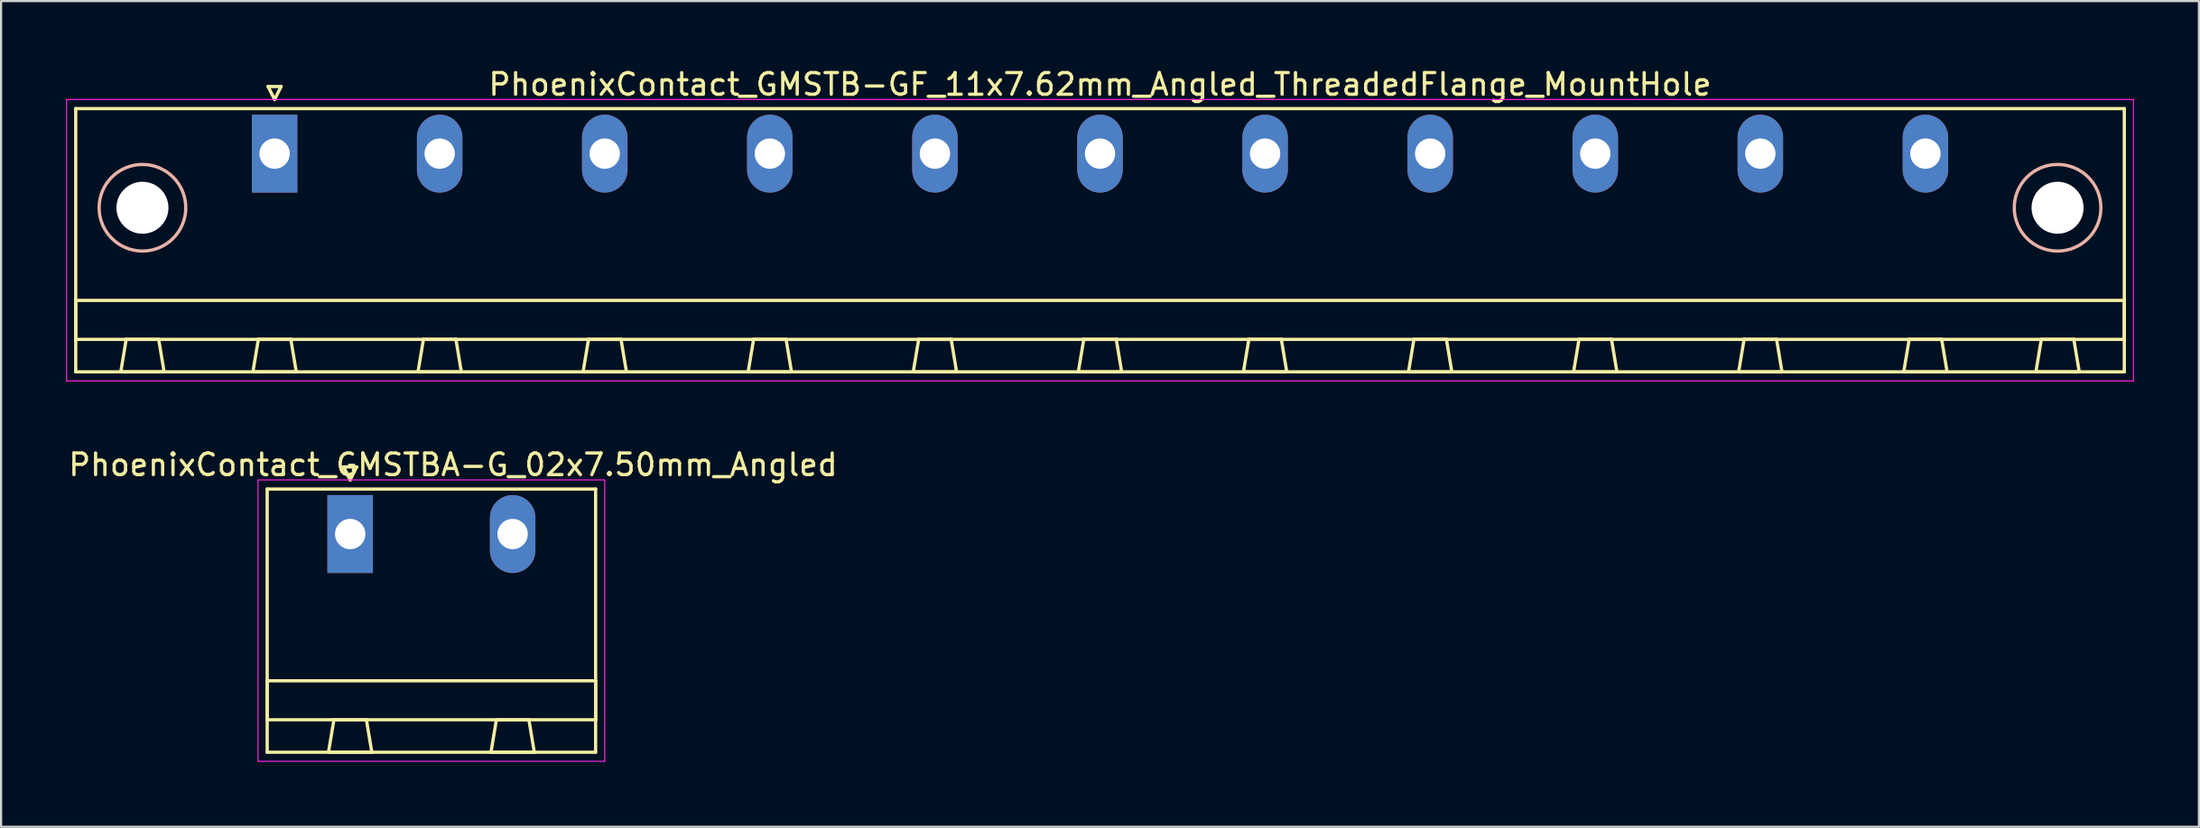
<source format=kicad_pcb>
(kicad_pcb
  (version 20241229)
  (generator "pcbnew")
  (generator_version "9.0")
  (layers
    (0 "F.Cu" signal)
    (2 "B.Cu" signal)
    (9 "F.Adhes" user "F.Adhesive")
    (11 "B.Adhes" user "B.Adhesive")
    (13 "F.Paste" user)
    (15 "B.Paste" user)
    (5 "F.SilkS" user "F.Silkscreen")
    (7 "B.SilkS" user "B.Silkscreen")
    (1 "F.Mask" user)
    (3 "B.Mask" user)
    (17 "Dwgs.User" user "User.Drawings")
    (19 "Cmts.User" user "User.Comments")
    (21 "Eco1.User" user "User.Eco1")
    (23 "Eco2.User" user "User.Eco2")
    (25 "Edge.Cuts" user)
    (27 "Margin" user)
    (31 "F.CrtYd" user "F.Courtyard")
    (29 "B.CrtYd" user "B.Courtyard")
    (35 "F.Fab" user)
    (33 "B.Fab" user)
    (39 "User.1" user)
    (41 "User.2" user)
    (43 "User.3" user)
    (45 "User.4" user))
  (footprint "PhoenixContact_GMSTB-GF_11x7.62mm_Angled_ThreadedFlange_MountHole"
    (layer "F.Cu")
    (at 9.625 4.048)
    (property "Reference" "PhoenixContact_GMSTB-GF_11x7.62mm_Angled_ThreadedFlange_MountHole" (at 38.1 -3.2 0) (layer "F.SilkS") (effects (font (size 1 1) (thickness 0.15))))
    (attr through_hole)
    (fp_line (start -9.18 -2.08) (end -9.18 10.08) (stroke (width 0.15) (type solid)) (layer "F.SilkS"))
    (fp_line (start -9.18 6.78) (end 85.38 6.78) (stroke (width 0.15) (type solid)) (layer "F.SilkS"))
    (fp_line (start -9.18 8.58) (end -9.18 6.78) (stroke (width 0.15) (type solid)) (layer "F.SilkS"))
    (fp_line (start -9.18 10.08) (end 85.38 10.08) (stroke (width 0.15) (type solid)) (layer "F.SilkS"))
    (fp_line (start -7.1 10.08) (end -5.1 10.08) (stroke (width 0.15) (type solid)) (layer "F.SilkS"))
    (fp_line (start -6.85 8.58) (end -7.1 10.08) (stroke (width 0.15) (type solid)) (layer "F.SilkS"))
    (fp_line (start -5.35 8.58) (end -6.85 8.58) (stroke (width 0.15) (type solid)) (layer "F.SilkS"))
    (fp_line (start -5.1 10.08) (end -5.35 8.58) (stroke (width 0.15) (type solid)) (layer "F.SilkS"))
    (fp_line (start -1 10.08) (end 1 10.08) (stroke (width 0.15) (type solid)) (layer "F.SilkS"))
    (fp_line (start -0.75 8.58) (end -1 10.08) (stroke (width 0.15) (type solid)) (layer "F.SilkS"))
    (fp_line (start -0.3 -3.1) (end 0 -2.5) (stroke (width 0.15) (type solid)) (layer "F.SilkS"))
    (fp_line (start 0 -2.5) (end 0.3 -3.1) (stroke (width 0.15) (type solid)) (layer "F.SilkS"))
    (fp_line (start 0.3 -3.1) (end -0.3 -3.1) (stroke (width 0.15) (type solid)) (layer "F.SilkS"))
    (fp_line (start 0.75 8.58) (end -0.75 8.58) (stroke (width 0.15) (type solid)) (layer "F.SilkS"))
    (fp_line (start 1 10.08) (end 0.75 8.58) (stroke (width 0.15) (type solid)) (layer "F.SilkS"))
    (fp_line (start 6.62 10.08) (end 8.62 10.08) (stroke (width 0.15) (type solid)) (layer "F.SilkS"))
    (fp_line (start 6.87 8.58) (end 6.62 10.08) (stroke (width 0.15) (type solid)) (layer "F.SilkS"))
    (fp_line (start 8.37 8.58) (end 6.87 8.58) (stroke (width 0.15) (type solid)) (layer "F.SilkS"))
    (fp_line (start 8.62 10.08) (end 8.37 8.58) (stroke (width 0.15) (type solid)) (layer "F.SilkS"))
    (fp_line (start 14.24 10.08) (end 16.24 10.08) (stroke (width 0.15) (type solid)) (layer "F.SilkS"))
    (fp_line (start 14.49 8.58) (end 14.24 10.08) (stroke (width 0.15) (type solid)) (layer "F.SilkS"))
    (fp_line (start 15.99 8.58) (end 14.49 8.58) (stroke (width 0.15) (type solid)) (layer "F.SilkS"))
    (fp_line (start 16.24 10.08) (end 15.99 8.58) (stroke (width 0.15) (type solid)) (layer "F.SilkS"))
    (fp_line (start 21.86 10.08) (end 23.86 10.08) (stroke (width 0.15) (type solid)) (layer "F.SilkS"))
    (fp_line (start 22.11 8.58) (end 21.86 10.08) (stroke (width 0.15) (type solid)) (layer "F.SilkS"))
    (fp_line (start 23.61 8.58) (end 22.11 8.58) (stroke (width 0.15) (type solid)) (layer "F.SilkS"))
    (fp_line (start 23.86 10.08) (end 23.61 8.58) (stroke (width 0.15) (type solid)) (layer "F.SilkS"))
    (fp_line (start 29.48 10.08) (end 31.48 10.08) (stroke (width 0.15) (type solid)) (layer "F.SilkS"))
    (fp_line (start 29.73 8.58) (end 29.48 10.08) (stroke (width 0.15) (type solid)) (layer "F.SilkS"))
    (fp_line (start 31.23 8.58) (end 29.73 8.58) (stroke (width 0.15) (type solid)) (layer "F.SilkS"))
    (fp_line (start 31.48 10.08) (end 31.23 8.58) (stroke (width 0.15) (type solid)) (layer "F.SilkS"))
    (fp_line (start 37.1 10.08) (end 39.1 10.08) (stroke (width 0.15) (type solid)) (layer "F.SilkS"))
    (fp_line (start 37.35 8.58) (end 37.1 10.08) (stroke (width 0.15) (type solid)) (layer "F.SilkS"))
    (fp_line (start 38.85 8.58) (end 37.35 8.58) (stroke (width 0.15) (type solid)) (layer "F.SilkS"))
    (fp_line (start 39.1 10.08) (end 38.85 8.58) (stroke (width 0.15) (type solid)) (layer "F.SilkS"))
    (fp_line (start 44.72 10.08) (end 46.72 10.08) (stroke (width 0.15) (type solid)) (layer "F.SilkS"))
    (fp_line (start 44.97 8.58) (end 44.72 10.08) (stroke (width 0.15) (type solid)) (layer "F.SilkS"))
    (fp_line (start 46.47 8.58) (end 44.97 8.58) (stroke (width 0.15) (type solid)) (layer "F.SilkS"))
    (fp_line (start 46.72 10.08) (end 46.47 8.58) (stroke (width 0.15) (type solid)) (layer "F.SilkS"))
    (fp_line (start 52.34 10.08) (end 54.34 10.08) (stroke (width 0.15) (type solid)) (layer "F.SilkS"))
    (fp_line (start 52.59 8.58) (end 52.34 10.08) (stroke (width 0.15) (type solid)) (layer "F.SilkS"))
    (fp_line (start 54.09 8.58) (end 52.59 8.58) (stroke (width 0.15) (type solid)) (layer "F.SilkS"))
    (fp_line (start 54.34 10.08) (end 54.09 8.58) (stroke (width 0.15) (type solid)) (layer "F.SilkS"))
    (fp_line (start 59.96 10.08) (end 61.96 10.08) (stroke (width 0.15) (type solid)) (layer "F.SilkS"))
    (fp_line (start 60.21 8.58) (end 59.96 10.08) (stroke (width 0.15) (type solid)) (layer "F.SilkS"))
    (fp_line (start 61.71 8.58) (end 60.21 8.58) (stroke (width 0.15) (type solid)) (layer "F.SilkS"))
    (fp_line (start 61.96 10.08) (end 61.71 8.58) (stroke (width 0.15) (type solid)) (layer "F.SilkS"))
    (fp_line (start 67.58 10.08) (end 69.58 10.08) (stroke (width 0.15) (type solid)) (layer "F.SilkS"))
    (fp_line (start 67.83 8.58) (end 67.58 10.08) (stroke (width 0.15) (type solid)) (layer "F.SilkS"))
    (fp_line (start 69.33 8.58) (end 67.83 8.58) (stroke (width 0.15) (type solid)) (layer "F.SilkS"))
    (fp_line (start 69.58 10.08) (end 69.33 8.58) (stroke (width 0.15) (type solid)) (layer "F.SilkS"))
    (fp_line (start 75.2 10.08) (end 77.2 10.08) (stroke (width 0.15) (type solid)) (layer "F.SilkS"))
    (fp_line (start 75.45 8.58) (end 75.2 10.08) (stroke (width 0.15) (type solid)) (layer "F.SilkS"))
    (fp_line (start 76.95 8.58) (end 75.45 8.58) (stroke (width 0.15) (type solid)) (layer "F.SilkS"))
    (fp_line (start 77.2 10.08) (end 76.95 8.58) (stroke (width 0.15) (type solid)) (layer "F.SilkS"))
    (fp_line (start 81.3 10.08) (end 83.3 10.08) (stroke (width 0.15) (type solid)) (layer "F.SilkS"))
    (fp_line (start 81.55 8.58) (end 81.3 10.08) (stroke (width 0.15) (type solid)) (layer "F.SilkS"))
    (fp_line (start 83.05 8.58) (end 81.55 8.58) (stroke (width 0.15) (type solid)) (layer "F.SilkS"))
    (fp_line (start 83.3 10.08) (end 83.05 8.58) (stroke (width 0.15) (type solid)) (layer "F.SilkS"))
    (fp_line (start 85.38 -2.08) (end -9.18 -2.08) (stroke (width 0.15) (type solid)) (layer "F.SilkS"))
    (fp_line (start 85.38 6.78) (end 85.38 8.58) (stroke (width 0.15) (type solid)) (layer "F.SilkS"))
    (fp_line (start 85.38 8.58) (end -9.18 8.58) (stroke (width 0.15) (type solid)) (layer "F.SilkS"))
    (fp_line (start 85.38 10.08) (end 85.38 -2.08) (stroke (width 0.15) (type solid)) (layer "F.SilkS"))
    (fp_circle (center -6.1 2.5) (end -4.1 2.5) (stroke (width 0.15) (type solid)) (fill no) (layer "B.SilkS"))
    (fp_circle (center 82.3 2.5) (end 84.3 2.5) (stroke (width 0.15) (type solid)) (fill no) (layer "B.SilkS"))
    (fp_line (start -9.6 -2.5) (end -9.6 10.5) (stroke (width 0.05) (type solid)) (layer "F.CrtYd"))
    (fp_line (start -9.6 10.5) (end 85.8 10.5) (stroke (width 0.05) (type solid)) (layer "F.CrtYd"))
    (fp_line (start 85.8 -2.5) (end -9.6 -2.5) (stroke (width 0.05) (type solid)) (layer "F.CrtYd"))
    (fp_line (start 85.8 10.5) (end 85.8 -2.5) (stroke (width 0.05) (type solid)) (layer "F.CrtYd"))
    (pad "" np_thru_hole circle (at -6.1 2.5) (size 2.4 2.4) (drill 2.4) (layers "*.Cu" "*.Mask"))
    (pad "" np_thru_hole circle (at 82.3 2.5) (size 2.4 2.4) (drill 2.4) (layers "*.Cu" "*.Mask"))
    (pad "1" thru_hole rect (at 0 0) (size 2.1 3.6) (drill 1.4) (layers "*.Cu" "*.Mask"))
    (pad "2" thru_hole oval (at 7.62 0) (size 2.1 3.6) (drill 1.4) (layers "*.Cu" "*.Mask"))
    (pad "3" thru_hole oval (at 15.24 0) (size 2.1 3.6) (drill 1.4) (layers "*.Cu" "*.Mask"))
    (pad "4" thru_hole oval (at 22.86 0) (size 2.1 3.6) (drill 1.4) (layers "*.Cu" "*.Mask"))
    (pad "5" thru_hole oval (at 30.48 0) (size 2.1 3.6) (drill 1.4) (layers "*.Cu" "*.Mask"))
    (pad "6" thru_hole oval (at 38.1 0) (size 2.1 3.6) (drill 1.4) (layers "*.Cu" "*.Mask"))
    (pad "7" thru_hole oval (at 45.72 0) (size 2.1 3.6) (drill 1.4) (layers "*.Cu" "*.Mask"))
    (pad "8" thru_hole oval (at 53.34 0) (size 2.1 3.6) (drill 1.4) (layers "*.Cu" "*.Mask"))
    (pad "9" thru_hole oval (at 60.96 0) (size 2.1 3.6) (drill 1.4) (layers "*.Cu" "*.Mask"))
    (pad "10" thru_hole oval (at 68.58 0) (size 2.1 3.6) (drill 1.4) (layers "*.Cu" "*.Mask"))
    (pad "11" thru_hole oval (at 76.2 0) (size 2.1 3.6) (drill 1.4) (layers "*.Cu" "*.Mask")))
  (footprint "PhoenixContact_GMSTBA-G_02x7.50mm_Angled"
    (layer "F.Cu")
    (at 13.113 21.622)
    (property "Reference" "PhoenixContact_GMSTBA-G_02x7.50mm_Angled" (at 4.75 -3.2 0) (layer "F.SilkS") (effects (font (size 1 1) (thickness 0.15))))
    (attr through_hole)
    (fp_line (start -3.83 -2.08) (end -3.83 10.08) (stroke (width 0.15) (type solid)) (layer "F.SilkS"))
    (fp_line (start -3.83 6.78) (end 11.33 6.78) (stroke (width 0.15) (type solid)) (layer "F.SilkS"))
    (fp_line (start -3.83 8.58) (end -3.83 6.78) (stroke (width 0.15) (type solid)) (layer "F.SilkS"))
    (fp_line (start -3.83 10.08) (end 11.33 10.08) (stroke (width 0.15) (type solid)) (layer "F.SilkS"))
    (fp_line (start -1 10.08) (end 1 10.08) (stroke (width 0.15) (type solid)) (layer "F.SilkS"))
    (fp_line (start -0.75 8.58) (end -1 10.08) (stroke (width 0.15) (type solid)) (layer "F.SilkS"))
    (fp_line (start -0.3 -3.1) (end 0 -2.5) (stroke (width 0.15) (type solid)) (layer "F.SilkS"))
    (fp_line (start 0 -2.5) (end 0.3 -3.1) (stroke (width 0.15) (type solid)) (layer "F.SilkS"))
    (fp_line (start 0.3 -3.1) (end -0.3 -3.1) (stroke (width 0.15) (type solid)) (layer "F.SilkS"))
    (fp_line (start 0.75 8.58) (end -0.75 8.58) (stroke (width 0.15) (type solid)) (layer "F.SilkS"))
    (fp_line (start 1 10.08) (end 0.75 8.58) (stroke (width 0.15) (type solid)) (layer "F.SilkS"))
    (fp_line (start 6.5 10.08) (end 8.5 10.08) (stroke (width 0.15) (type solid)) (layer "F.SilkS"))
    (fp_line (start 6.75 8.58) (end 6.5 10.08) (stroke (width 0.15) (type solid)) (layer "F.SilkS"))
    (fp_line (start 8.25 8.58) (end 6.75 8.58) (stroke (width 0.15) (type solid)) (layer "F.SilkS"))
    (fp_line (start 8.5 10.08) (end 8.25 8.58) (stroke (width 0.15) (type solid)) (layer "F.SilkS"))
    (fp_line (start 11.33 -2.08) (end -3.83 -2.08) (stroke (width 0.15) (type solid)) (layer "F.SilkS"))
    (fp_line (start 11.33 6.78) (end 11.33 8.58) (stroke (width 0.15) (type solid)) (layer "F.SilkS"))
    (fp_line (start 11.33 8.58) (end -3.83 8.58) (stroke (width 0.15) (type solid)) (layer "F.SilkS"))
    (fp_line (start 11.33 10.08) (end 11.33 -2.08) (stroke (width 0.15) (type solid)) (layer "F.SilkS"))
    (fp_line (start -4.25 -2.5) (end -4.25 10.5) (stroke (width 0.05) (type solid)) (layer "F.CrtYd"))
    (fp_line (start -4.25 10.5) (end 11.75 10.5) (stroke (width 0.05) (type solid)) (layer "F.CrtYd"))
    (fp_line (start 11.75 -2.5) (end -4.25 -2.5) (stroke (width 0.05) (type solid)) (layer "F.CrtYd"))
    (fp_line (start 11.75 10.5) (end 11.75 -2.5) (stroke (width 0.05) (type solid)) (layer "F.CrtYd"))
    (pad "1" thru_hole rect (at 0 0) (size 2.1 3.6) (drill 1.4) (layers "*.Cu" "*.Mask"))
    (pad "2" thru_hole oval (at 7.5 0) (size 2.1 3.6) (drill 1.4) (layers "*.Cu" "*.Mask")))
  (gr_rect
    (start -3 -3)
    (end 98.45 35.147)
    (stroke (width 0.1) (type default))
    (fill no)
    (layer "Edge.Cuts")))
</source>
